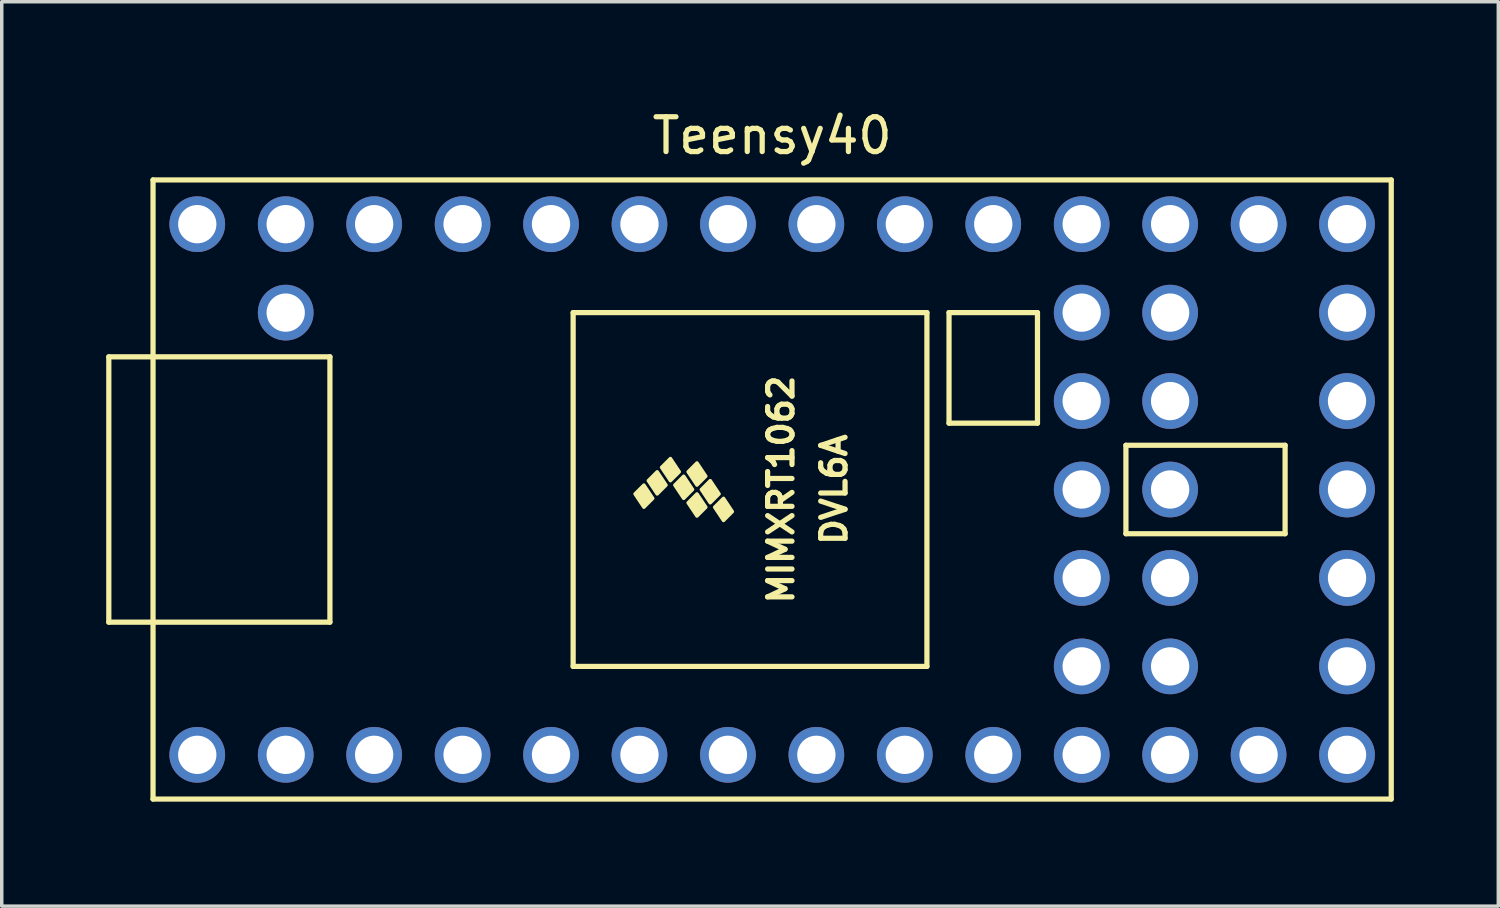
<source format=kicad_pcb>
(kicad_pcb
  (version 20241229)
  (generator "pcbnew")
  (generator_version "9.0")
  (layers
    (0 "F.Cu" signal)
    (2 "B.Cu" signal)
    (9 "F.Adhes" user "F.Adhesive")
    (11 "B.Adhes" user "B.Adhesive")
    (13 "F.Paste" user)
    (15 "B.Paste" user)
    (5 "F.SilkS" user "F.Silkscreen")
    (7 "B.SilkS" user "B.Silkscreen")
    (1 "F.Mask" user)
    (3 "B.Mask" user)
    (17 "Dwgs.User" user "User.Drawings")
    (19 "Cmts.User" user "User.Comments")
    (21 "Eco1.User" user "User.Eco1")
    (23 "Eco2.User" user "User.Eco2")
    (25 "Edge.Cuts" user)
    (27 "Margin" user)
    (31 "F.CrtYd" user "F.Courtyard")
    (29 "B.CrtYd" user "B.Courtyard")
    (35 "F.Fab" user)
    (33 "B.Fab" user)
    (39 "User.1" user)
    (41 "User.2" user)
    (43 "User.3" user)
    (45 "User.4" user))
  (footprint "Teensy40"
    (layer "F.Cu")
    (at 19.125 11.008)
    (property "Reference" "Teensy40" (at 0 -10.16 0) (layer "F.SilkS") (effects (font (size 1 1) (thickness 0.15))))
    (attr through_hole)
    (fp_line (start -19.05 -3.81) (end -17.78 -3.81) (stroke (width 0.15) (type solid)) (layer "F.SilkS"))
    (fp_line (start -19.05 3.81) (end -19.05 -3.81) (stroke (width 0.15) (type solid)) (layer "F.SilkS"))
    (fp_line (start -17.78 -8.89) (end 17.78 -8.89) (stroke (width 0.15) (type solid)) (layer "F.SilkS"))
    (fp_line (start -17.78 3.81) (end -19.05 3.81) (stroke (width 0.15) (type solid)) (layer "F.SilkS"))
    (fp_line (start -17.78 8.89) (end -17.78 -8.89) (stroke (width 0.15) (type solid)) (layer "F.SilkS"))
    (fp_line (start -12.7 -3.81) (end -17.78 -3.81) (stroke (width 0.15) (type solid)) (layer "F.SilkS"))
    (fp_line (start -12.7 3.81) (end -17.78 3.81) (stroke (width 0.15) (type solid)) (layer "F.SilkS"))
    (fp_line (start -12.7 3.81) (end -12.7 -3.81) (stroke (width 0.15) (type solid)) (layer "F.SilkS"))
    (fp_line (start -5.715 -5.08) (end -5.715 5.08) (stroke (width 0.15) (type solid)) (layer "F.SilkS"))
    (fp_line (start 4.445 -5.08) (end -5.715 -5.08) (stroke (width 0.15) (type solid)) (layer "F.SilkS"))
    (fp_line (start 4.445 5.08) (end -5.715 5.08) (stroke (width 0.15) (type solid)) (layer "F.SilkS"))
    (fp_line (start 4.445 5.08) (end 4.445 -5.08) (stroke (width 0.15) (type solid)) (layer "F.SilkS"))
    (fp_line (start 5.08 -5.08) (end 7.62 -5.08) (stroke (width 0.15) (type solid)) (layer "F.SilkS"))
    (fp_line (start 5.08 -1.905) (end 5.08 -5.08) (stroke (width 0.15) (type solid)) (layer "F.SilkS"))
    (fp_line (start 7.62 -5.08) (end 7.62 -1.905) (stroke (width 0.15) (type solid)) (layer "F.SilkS"))
    (fp_line (start 7.62 -1.905) (end 5.08 -1.905) (stroke (width 0.15) (type solid)) (layer "F.SilkS"))
    (fp_line (start 10.16 -1.27) (end 14.732 -1.27) (stroke (width 0.15) (type solid)) (layer "F.SilkS"))
    (fp_line (start 10.16 1.27) (end 10.16 -1.27) (stroke (width 0.15) (type solid)) (layer "F.SilkS"))
    (fp_line (start 14.732 -1.27) (end 14.732 1.27) (stroke (width 0.15) (type solid)) (layer "F.SilkS"))
    (fp_line (start 14.732 1.27) (end 10.16 1.27) (stroke (width 0.15) (type solid)) (layer "F.SilkS"))
    (fp_line (start 17.78 -8.89) (end 17.78 8.89) (stroke (width 0.15) (type solid)) (layer "F.SilkS"))
    (fp_line (start 17.78 8.89) (end -17.78 8.89) (stroke (width 0.15) (type solid)) (layer "F.SilkS"))
    (fp_poly (pts (xy -3.937 0.127) (xy -3.683 -0.127) (xy -3.429 0.254) (xy -3.683 0.508)) (stroke (width 0.1) (type solid)) (fill yes) (layer "F.SilkS"))
    (fp_poly (pts (xy -3.556 -0.254) (xy -3.302 -0.508) (xy -3.048 -0.127) (xy -3.302 0.127)) (stroke (width 0.1) (type solid)) (fill yes) (layer "F.SilkS"))
    (fp_poly (pts (xy -3.175 -0.635) (xy -2.921 -0.889) (xy -2.667 -0.508) (xy -2.921 -0.254)) (stroke (width 0.1) (type solid)) (fill yes) (layer "F.SilkS"))
    (fp_poly (pts (xy -2.794 -0.127) (xy -2.54 -0.381) (xy -2.286 0) (xy -2.54 0.254)) (stroke (width 0.1) (type solid)) (fill yes) (layer "F.SilkS"))
    (fp_poly (pts (xy -2.413 -0.508) (xy -2.159 -0.762) (xy -1.905 -0.381) (xy -2.159 -0.127)) (stroke (width 0.1) (type solid)) (fill yes) (layer "F.SilkS"))
    (fp_poly (pts (xy -2.413 0.381) (xy -2.159 0.127) (xy -1.905 0.508) (xy -2.159 0.762)) (stroke (width 0.1) (type solid)) (fill yes) (layer "F.SilkS"))
    (fp_poly (pts (xy -2.032 0) (xy -1.778 -0.254) (xy -1.524 0.127) (xy -1.778 0.381)) (stroke (width 0.1) (type solid)) (fill yes) (layer "F.SilkS"))
    (fp_poly (pts (xy -1.651 0.508) (xy -1.397 0.254) (xy -1.143 0.635) (xy -1.397 0.889)) (stroke (width 0.1) (type solid)) (fill yes) (layer "F.SilkS"))
    (fp_text user "DVL6A" (at 1.778 0 90) (layer "F.SilkS") (effects (font (size 0.7 0.7) (thickness 0.15))))
    (fp_text user "MIMXRT1062" (at 0.254 0 90) (layer "F.SilkS") (effects (font (size 0.7 0.7) (thickness 0.15))))
    (pad "1" thru_hole circle (at -16.51 7.62) (size 1.6 1.6) (drill 1.1) (layers "*.Cu" "*.Mask"))
    (pad "2" thru_hole circle (at -13.97 7.62) (size 1.6 1.6) (drill 1.1) (layers "*.Cu" "*.Mask"))
    (pad "3" thru_hole circle (at -11.43 7.62) (size 1.6 1.6) (drill 1.1) (layers "*.Cu" "*.Mask"))
    (pad "4" thru_hole circle (at -8.89 7.62) (size 1.6 1.6) (drill 1.1) (layers "*.Cu" "*.Mask"))
    (pad "5" thru_hole circle (at -6.35 7.62) (size 1.6 1.6) (drill 1.1) (layers "*.Cu" "*.Mask"))
    (pad "6" thru_hole circle (at -3.81 7.62) (size 1.6 1.6) (drill 1.1) (layers "*.Cu" "*.Mask"))
    (pad "7" thru_hole circle (at -1.27 7.62) (size 1.6 1.6) (drill 1.1) (layers "*.Cu" "*.Mask"))
    (pad "8" thru_hole circle (at 1.27 7.62) (size 1.6 1.6) (drill 1.1) (layers "*.Cu" "*.Mask"))
    (pad "9" thru_hole circle (at 3.81 7.62) (size 1.6 1.6) (drill 1.1) (layers "*.Cu" "*.Mask"))
    (pad "10" thru_hole circle (at 6.35 7.62) (size 1.6 1.6) (drill 1.1) (layers "*.Cu" "*.Mask"))
    (pad "11" thru_hole circle (at 8.89 7.62) (size 1.6 1.6) (drill 1.1) (layers "*.Cu" "*.Mask"))
    (pad "12" thru_hole circle (at 11.43 7.62) (size 1.6 1.6) (drill 1.1) (layers "*.Cu" "*.Mask"))
    (pad "13" thru_hole circle (at 13.97 7.62) (size 1.6 1.6) (drill 1.1) (layers "*.Cu" "*.Mask"))
    (pad "14" thru_hole circle (at 16.51 7.62) (size 1.6 1.6) (drill 1.1) (layers "*.Cu" "*.Mask"))
    (pad "15" thru_hole circle (at 16.51 5.08) (size 1.6 1.6) (drill 1.1) (layers "*.Cu" "*.Mask"))
    (pad "16" thru_hole circle (at 16.51 2.54) (size 1.6 1.6) (drill 1.1) (layers "*.Cu" "*.Mask"))
    (pad "17" thru_hole circle (at 16.51 0) (size 1.6 1.6) (drill 1.1) (layers "*.Cu" "*.Mask"))
    (pad "18" thru_hole circle (at 16.51 -2.54) (size 1.6 1.6) (drill 1.1) (layers "*.Cu" "*.Mask"))
    (pad "19" thru_hole circle (at 16.51 -5.08) (size 1.6 1.6) (drill 1.1) (layers "*.Cu" "*.Mask"))
    (pad "20" thru_hole circle (at 16.51 -7.62) (size 1.6 1.6) (drill 1.1) (layers "*.Cu" "*.Mask"))
    (pad "21" thru_hole circle (at 13.97 -7.62) (size 1.6 1.6) (drill 1.1) (layers "*.Cu" "*.Mask"))
    (pad "22" thru_hole circle (at 11.43 -7.62) (size 1.6 1.6) (drill 1.1) (layers "*.Cu" "*.Mask"))
    (pad "23" thru_hole circle (at 8.89 -7.62) (size 1.6 1.6) (drill 1.1) (layers "*.Cu" "*.Mask"))
    (pad "24" thru_hole circle (at 6.35 -7.62) (size 1.6 1.6) (drill 1.1) (layers "*.Cu" "*.Mask"))
    (pad "25" thru_hole circle (at 3.81 -7.62) (size 1.6 1.6) (drill 1.1) (layers "*.Cu" "*.Mask"))
    (pad "26" thru_hole circle (at 1.27 -7.62) (size 1.6 1.6) (drill 1.1) (layers "*.Cu" "*.Mask"))
    (pad "27" thru_hole circle (at -1.27 -7.62) (size 1.6 1.6) (drill 1.1) (layers "*.Cu" "*.Mask"))
    (pad "28" thru_hole circle (at -3.81 -7.62) (size 1.6 1.6) (drill 1.1) (layers "*.Cu" "*.Mask"))
    (pad "29" thru_hole circle (at -6.35 -7.62) (size 1.6 1.6) (drill 1.1) (layers "*.Cu" "*.Mask"))
    (pad "30" thru_hole circle (at -8.89 -7.62) (size 1.6 1.6) (drill 1.1) (layers "*.Cu" "*.Mask"))
    (pad "31" thru_hole circle (at -11.43 -7.62) (size 1.6 1.6) (drill 1.1) (layers "*.Cu" "*.Mask"))
    (pad "32" thru_hole circle (at -13.97 -7.62) (size 1.6 1.6) (drill 1.1) (layers "*.Cu" "*.Mask"))
    (pad "33" thru_hole circle (at -16.51 -7.62) (size 1.6 1.6) (drill 1.1) (layers "*.Cu" "*.Mask"))
    (pad "34" thru_hole circle (at -13.97 -5.08) (size 1.6 1.6) (drill 1.1) (layers "*.Cu" "*.Mask"))
    (pad "35" thru_hole circle (at 11.43 -5.08) (size 1.6 1.6) (drill 1.1) (layers "*.Cu" "*.Mask"))
    (pad "36" thru_hole circle (at 8.89 -5.08) (size 1.6 1.6) (drill 1.1) (layers "*.Cu" "*.Mask"))
    (pad "37" thru_hole circle (at 11.43 -2.54) (size 1.6 1.6) (drill 1.1) (layers "*.Cu" "*.Mask"))
    (pad "38" thru_hole circle (at 8.89 -2.54) (size 1.6 1.6) (drill 1.1) (layers "*.Cu" "*.Mask"))
    (pad "39" thru_hole circle (at 11.43 0) (size 1.6 1.6) (drill 1.1) (layers "*.Cu" "*.Mask"))
    (pad "40" thru_hole circle (at 8.89 0) (size 1.6 1.6) (drill 1.1) (layers "*.Cu" "*.Mask"))
    (pad "41" thru_hole circle (at 11.43 2.54) (size 1.6 1.6) (drill 1.1) (layers "*.Cu" "*.Mask"))
    (pad "42" thru_hole circle (at 8.89 2.54) (size 1.6 1.6) (drill 1.1) (layers "*.Cu" "*.Mask"))
    (pad "43" thru_hole circle (at 11.43 5.08) (size 1.6 1.6) (drill 1.1) (layers "*.Cu" "*.Mask"))
    (pad "44" thru_hole circle (at 8.89 5.08) (size 1.6 1.6) (drill 1.1) (layers "*.Cu" "*.Mask")))
  (gr_rect
    (start -3 -3)
    (end 39.98 22.973)
    (stroke (width 0.1) (type default))
    (fill no)
    (layer "Edge.Cuts")))
</source>
